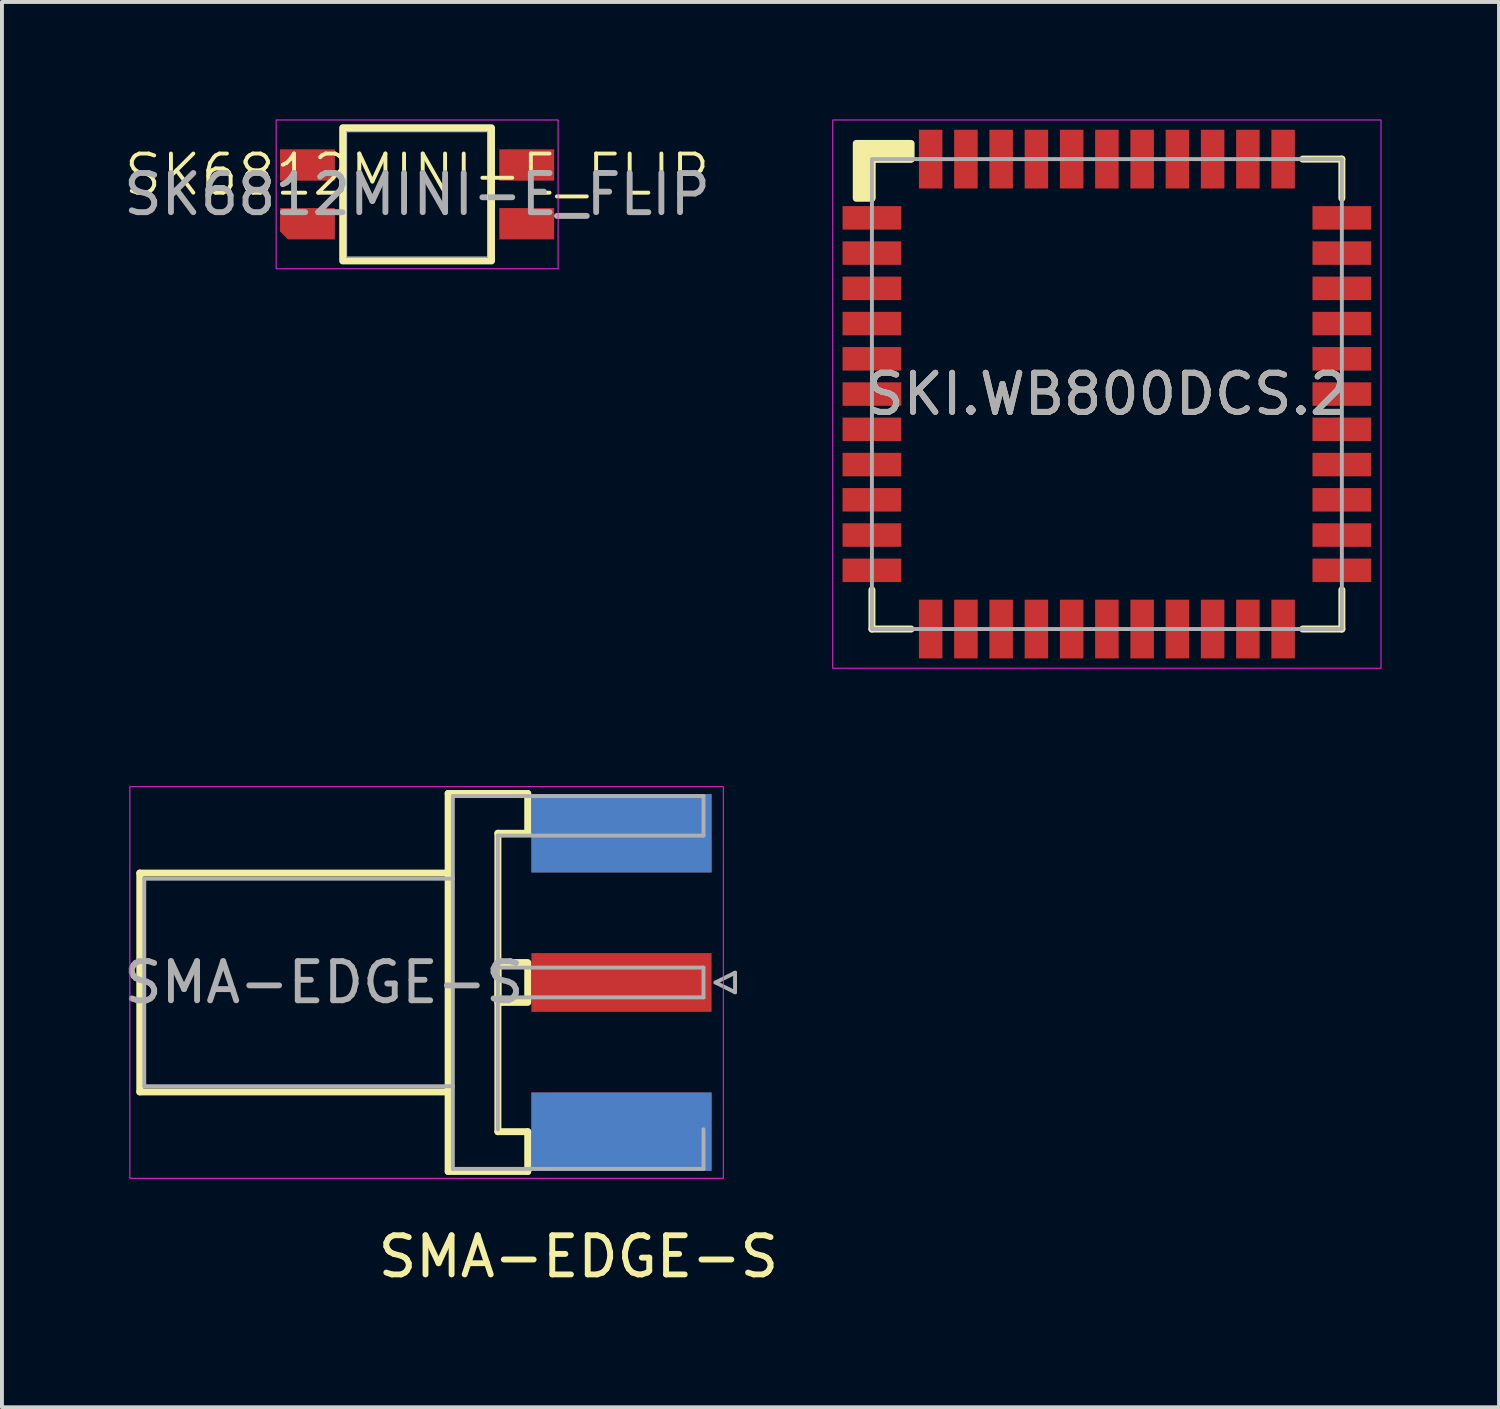
<source format=kicad_pcb>
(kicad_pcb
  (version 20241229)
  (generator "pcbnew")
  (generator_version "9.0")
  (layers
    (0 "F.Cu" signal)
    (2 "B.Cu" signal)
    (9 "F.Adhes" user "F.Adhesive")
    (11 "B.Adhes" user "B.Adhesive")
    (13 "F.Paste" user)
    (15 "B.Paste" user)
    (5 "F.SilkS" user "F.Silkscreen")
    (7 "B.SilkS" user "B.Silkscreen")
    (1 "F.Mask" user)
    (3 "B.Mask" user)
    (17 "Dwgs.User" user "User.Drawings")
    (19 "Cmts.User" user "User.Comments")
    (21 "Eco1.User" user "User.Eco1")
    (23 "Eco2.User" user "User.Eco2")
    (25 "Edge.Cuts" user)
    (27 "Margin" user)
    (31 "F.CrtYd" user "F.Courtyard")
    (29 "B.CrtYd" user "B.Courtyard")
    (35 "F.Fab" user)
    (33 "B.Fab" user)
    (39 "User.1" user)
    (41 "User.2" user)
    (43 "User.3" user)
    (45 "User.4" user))
  (footprint "SK6812MINI-E_FLIP"
    (layer "F.Cu")
    (at 7.601 1.913)
    (property "Reference" "SK6812MINI-E_FLIP" (at 0 -0.5 0) (unlocked yes) (layer "F.SilkS") (effects (font (size 1 1) (thickness 0.1))))
    (attr smd)
    (fp_rect (start -1.9 1.7) (end 1.9 -1.7) (stroke (width 0.178) (type default)) (fill no) (layer "F.SilkS"))
    (fp_rect (start -1.8 -1.6) (end 1.8 1.6) (stroke (width 0.025) (type default)) (fill no) (layer "Edge.Cuts"))
    (fp_rect (start -3.6 1.9) (end 3.6 -1.9) (stroke (width 0.025) (type default)) (fill no) (layer "F.CrtYd"))
    (fp_text user "${REFERENCE}" (at 0 0 0) (unlocked yes) (layer "F.Fab") (effects (font (size 1 1) (thickness 0.15))))
    (pad "1" smd rect (at 2.8 -0.75) (size 1.4 0.8) (layers "F.Cu" "F.Mask" "F.Paste"))
    (pad "2" smd rect (at 2.8 0.75) (size 1.4 0.8) (layers "F.Cu" "F.Mask" "F.Paste"))
    (pad "3" smd roundrect (at -2.8 0.75) (size 1.4 0.8) (layers "F.Cu" "F.Mask" "F.Paste") (roundrect_rratio 0) (chamfer_ratio 0.25) (chamfer bottom_left))
    (pad "4" smd rect (at -2.8 -0.75) (size 1.4 0.8) (layers "F.Cu" "F.Mask" "F.Paste")))
  (footprint "SMA-EDGE-S"
    (layer "F.Cu")
    (at 13.22 22.038)
    (property "Reference" "SMA-EDGE-S" (at -1.5 7 0) (layer "F.SilkS") (effects (font (size 1 1) (thickness 0.15))))
    (attr smd)
    (fp_line (start -12.7 -2.794) (end -4.826 -2.794) (stroke (width 0.178) (type solid)) (layer "F.SilkS"))
    (fp_line (start -12.7 2.794) (end -12.7 -2.794) (stroke (width 0.178) (type solid)) (layer "F.SilkS"))
    (fp_line (start -4.826 -4.826) (end -4.826 4.826) (stroke (width 0.178) (type solid)) (layer "F.SilkS"))
    (fp_line (start -4.826 2.794) (end -12.7 2.794) (stroke (width 0.178) (type solid)) (layer "F.SilkS"))
    (fp_line (start -4.826 4.826) (end -2.794 4.826) (stroke (width 0.178) (type solid)) (layer "F.SilkS"))
    (fp_line (start -3.556 -3.81) (end -2.794 -3.81) (stroke (width 0.178) (type solid)) (layer "F.SilkS"))
    (fp_line (start -3.556 3.81) (end -3.556 -3.81) (stroke (width 0.178) (type solid)) (layer "F.SilkS"))
    (fp_line (start -2.794 -4.826) (end -4.826 -4.826) (stroke (width 0.178) (type solid)) (layer "F.SilkS"))
    (fp_line (start -2.794 -3.81) (end -2.794 -4.826) (stroke (width 0.178) (type solid)) (layer "F.SilkS"))
    (fp_line (start -2.794 3.81) (end -3.556 3.81) (stroke (width 0.178) (type solid)) (layer "F.SilkS"))
    (fp_line (start -2.794 4.826) (end -2.794 3.81) (stroke (width 0.178) (type solid)) (layer "F.SilkS"))
    (fp_rect (start -2.794 0.508) (end -3.556 -0.508) (stroke (width 0.178) (type solid)) (fill no) (layer "F.SilkS"))
    (fp_rect (start -12.954 5) (end 2.2 -5) (stroke (width 0.025) (type solid)) (fill no) (layer "F.CrtYd"))
    (fp_line (start -12.586 -2.65) (end -12.586 2.65) (stroke (width 0.1) (type solid)) (layer "F.Fab"))
    (fp_line (start -12.586 -2.65) (end -4.706 -2.65) (stroke (width 0.1) (type solid)) (layer "F.Fab"))
    (fp_line (start -12.586 2.65) (end -4.706 2.65) (stroke (width 0.1) (type solid)) (layer "F.Fab"))
    (fp_line (start -4.706 -4.76) (end -4.706 4.76) (stroke (width 0.1) (type solid)) (layer "F.Fab"))
    (fp_line (start -4.706 4.76) (end 1.694 4.76) (stroke (width 0.1) (type solid)) (layer "F.Fab"))
    (fp_line (start -3.556 -3.75) (end -3.556 3.75) (stroke (width 0.1) (type solid)) (layer "F.Fab"))
    (fp_line (start -3.556 -3.75) (end 1.694 -3.75) (stroke (width 0.1) (type solid)) (layer "F.Fab"))
    (fp_line (start -3.556 -0.38) (end 1.694 -0.38) (stroke (width 0.1) (type solid)) (layer "F.Fab"))
    (fp_line (start -3.556 0.38) (end 1.694 0.38) (stroke (width 0.1) (type solid)) (layer "F.Fab"))
    (fp_line (start 1.694 -4.76) (end -4.706 -4.76) (stroke (width 0.1) (type solid)) (layer "F.Fab"))
    (fp_line (start 1.694 -4.76) (end 1.694 -3.75) (stroke (width 0.1) (type solid)) (layer "F.Fab"))
    (fp_line (start 1.694 -0.38) (end 1.694 0.38) (stroke (width 0.1) (type solid)) (layer "F.Fab"))
    (fp_line (start 1.694 3.75) (end 1.694 4.76) (stroke (width 0.1) (type solid)) (layer "F.Fab"))
    (fp_line (start 2 0) (end 2.5 0.25) (stroke (width 0.1) (type solid)) (layer "F.Fab"))
    (fp_line (start 2.5 -0.25) (end 2 0) (stroke (width 0.1) (type solid)) (layer "F.Fab"))
    (fp_line (start 2.5 0.25) (end 2.5 -0.25) (stroke (width 0.1) (type solid)) (layer "F.Fab"))
    (fp_text user "${REFERENCE}" (at -8 0 0) (layer "F.Fab") (effects (font (size 1 1) (thickness 0.15))))
    (pad "1" smd rect (at -0.4 0) (size 4.6 1.5) (layers "F.Cu" "F.Mask" "F.Paste"))
    (pad "2" smd rect (at -0.4 -3.81) (size 4.6 2) (layers "F.Cu" "F.Mask" "F.Paste"))
    (pad "2" smd rect (at -0.4 -3.81) (size 4.6 2) (layers "B.Cu" "B.Mask" "B.Paste"))
    (pad "2" smd rect (at -0.4 3.81) (size 4.6 2) (layers "F.Cu" "F.Mask" "F.Paste"))
    (pad "2" smd rect (at -0.4 3.81) (size 4.6 2) (layers "B.Cu" "B.Mask" "B.Paste")))
  (footprint "SKI.WB800DCS.2"
    (layer "F.Cu")
    (at 25.215 7.013)
    (property "Reference" "SKI.WB800DCS.2" (at 0 0 0) (layer "F.SilkS") (effects (font (size 1 1) (thickness 0.15))))
    (attr smd)
    (fp_line (start -6 -6) (end -5 -6) (stroke (width 0.178) (type solid)) (layer "F.SilkS"))
    (fp_line (start -6 -5) (end -6 -6) (stroke (width 0.178) (type solid)) (layer "F.SilkS"))
    (fp_line (start -6 5) (end -6 6) (stroke (width 0.178) (type solid)) (layer "F.SilkS"))
    (fp_line (start -6 6) (end -5 6) (stroke (width 0.178) (type solid)) (layer "F.SilkS"))
    (fp_line (start 5 6) (end 6 6) (stroke (width 0.178) (type solid)) (layer "F.SilkS"))
    (fp_line (start 6 -6) (end 5 -6) (stroke (width 0.178) (type solid)) (layer "F.SilkS"))
    (fp_line (start 6 -5) (end 6 -6) (stroke (width 0.178) (type solid)) (layer "F.SilkS"))
    (fp_line (start 6 6) (end 6 5) (stroke (width 0.178) (type solid)) (layer "F.SilkS"))
    (fp_poly (pts (xy -5 -6) (xy -5 -6.4) (xy -6.4 -6.4) (xy -6.4 -5) (xy -6 -5) (xy -6 -6)) (stroke (width 0.178) (type solid)) (fill yes) (layer "F.SilkS"))
    (fp_rect (start -7 -7) (end 7 7) (stroke (width 0.025) (type solid)) (fill no) (layer "F.CrtYd"))
    (fp_rect (start -6 -6) (end 6 6) (stroke (width 0.1) (type default)) (fill no) (layer "F.Fab"))
    (fp_text user "${REFERENCE}" (at 0 0 0) (layer "F.Fab") (effects (font (size 1 1) (thickness 0.15))))
    (pad "1" smd rect (at -6 -4.5) (size 1.5 0.6) (layers "F.Cu" "F.Mask" "F.Paste"))
    (pad "2" smd rect (at -6 -3.6) (size 1.5 0.6) (layers "F.Cu" "F.Mask" "F.Paste"))
    (pad "3" smd rect (at -6 -2.7) (size 1.5 0.6) (layers "F.Cu" "F.Mask" "F.Paste"))
    (pad "4" smd rect (at -6 -1.8) (size 1.5 0.6) (layers "F.Cu" "F.Mask" "F.Paste"))
    (pad "5" smd rect (at -6 -0.9) (size 1.5 0.6) (layers "F.Cu" "F.Mask" "F.Paste"))
    (pad "6" smd rect (at -6 0) (size 1.5 0.6) (layers "F.Cu" "F.Mask" "F.Paste"))
    (pad "7" smd rect (at -6 0.9) (size 1.5 0.6) (layers "F.Cu" "F.Mask" "F.Paste"))
    (pad "8" smd rect (at -6 1.8) (size 1.5 0.6) (layers "F.Cu" "F.Mask" "F.Paste"))
    (pad "9" smd rect (at -6 2.7) (size 1.5 0.6) (layers "F.Cu" "F.Mask" "F.Paste"))
    (pad "10" smd rect (at -6 3.6) (size 1.5 0.6) (layers "F.Cu" "F.Mask" "F.Paste"))
    (pad "11" smd rect (at -6 4.5) (size 1.5 0.6) (layers "F.Cu" "F.Mask" "F.Paste"))
    (pad "12" smd rect (at -4.5 6) (size 0.6 1.5) (layers "F.Cu" "F.Mask" "F.Paste"))
    (pad "13" smd rect (at -3.6 6) (size 0.6 1.5) (layers "F.Cu" "F.Mask" "F.Paste"))
    (pad "14" smd rect (at -2.7 6) (size 0.6 1.5) (layers "F.Cu" "F.Mask" "F.Paste"))
    (pad "15" smd rect (at -1.8 6) (size 0.6 1.5) (layers "F.Cu" "F.Mask" "F.Paste"))
    (pad "16" smd rect (at -0.9 6) (size 0.6 1.5) (layers "F.Cu" "F.Mask" "F.Paste"))
    (pad "17" smd rect (at 0 6) (size 0.6 1.5) (layers "F.Cu" "F.Mask" "F.Paste"))
    (pad "18" smd rect (at 0.9 6) (size 0.6 1.5) (layers "F.Cu" "F.Mask" "F.Paste"))
    (pad "19" smd rect (at 1.8 6) (size 0.6 1.5) (layers "F.Cu" "F.Mask" "F.Paste"))
    (pad "20" smd rect (at 2.7 6) (size 0.6 1.5) (layers "F.Cu" "F.Mask" "F.Paste"))
    (pad "21" smd rect (at 3.6 6) (size 0.6 1.5) (layers "F.Cu" "F.Mask" "F.Paste"))
    (pad "22" smd rect (at 4.5 6) (size 0.6 1.5) (layers "F.Cu" "F.Mask" "F.Paste"))
    (pad "23" smd rect (at 6 4.5) (size 1.5 0.6) (layers "F.Cu" "F.Mask" "F.Paste"))
    (pad "24" smd rect (at 6 3.6) (size 1.5 0.6) (layers "F.Cu" "F.Mask" "F.Paste"))
    (pad "25" smd rect (at 6 2.7) (size 1.5 0.6) (layers "F.Cu" "F.Mask" "F.Paste"))
    (pad "26" smd rect (at 6 1.8) (size 1.5 0.6) (layers "F.Cu" "F.Mask" "F.Paste"))
    (pad "27" smd rect (at 6 0.9) (size 1.5 0.6) (layers "F.Cu" "F.Mask" "F.Paste"))
    (pad "28" smd rect (at 6 0) (size 1.5 0.6) (layers "F.Cu" "F.Mask" "F.Paste"))
    (pad "29" smd rect (at 6 -0.9) (size 1.5 0.6) (layers "F.Cu" "F.Mask" "F.Paste"))
    (pad "30" smd rect (at 6 -1.8) (size 1.5 0.6) (layers "F.Cu" "F.Mask" "F.Paste"))
    (pad "31" smd rect (at 6 -2.7) (size 1.5 0.6) (layers "F.Cu" "F.Mask" "F.Paste"))
    (pad "32" smd rect (at 6 -3.6) (size 1.5 0.6) (layers "F.Cu" "F.Mask" "F.Paste"))
    (pad "33" smd rect (at 6 -4.5) (size 1.5 0.6) (layers "F.Cu" "F.Mask" "F.Paste"))
    (pad "34" smd rect (at 4.5 -6) (size 0.6 1.5) (layers "F.Cu" "F.Mask" "F.Paste"))
    (pad "35" smd rect (at 3.6 -6) (size 0.6 1.5) (layers "F.Cu" "F.Mask" "F.Paste"))
    (pad "36" smd rect (at 2.7 -6) (size 0.6 1.5) (layers "F.Cu" "F.Mask" "F.Paste"))
    (pad "37" smd rect (at 1.8 -6) (size 0.6 1.5) (layers "F.Cu" "F.Mask" "F.Paste"))
    (pad "38" smd rect (at 0.9 -6) (size 0.6 1.5) (layers "F.Cu" "F.Mask" "F.Paste"))
    (pad "39" smd rect (at 0 -6) (size 0.6 1.5) (layers "F.Cu" "F.Mask" "F.Paste"))
    (pad "40" smd rect (at -0.9 -6) (size 0.6 1.5) (layers "F.Cu" "F.Mask" "F.Paste"))
    (pad "41" smd rect (at -1.8 -6) (size 0.6 1.5) (layers "F.Cu" "F.Mask" "F.Paste"))
    (pad "42" smd rect (at -2.7 -6) (size 0.6 1.5) (layers "F.Cu" "F.Mask" "F.Paste"))
    (pad "43" smd rect (at -3.6 -6) (size 0.6 1.5) (layers "F.Cu" "F.Mask" "F.Paste"))
    (pad "44" smd rect (at -4.5 -6) (size 0.6 1.5) (layers "F.Cu" "F.Mask" "F.Paste")))
  (gr_rect
    (start -3 -3)
    (end 35.228 32.886)
    (stroke (width 0.1) (type default))
    (fill no)
    (layer "Edge.Cuts")))
</source>
